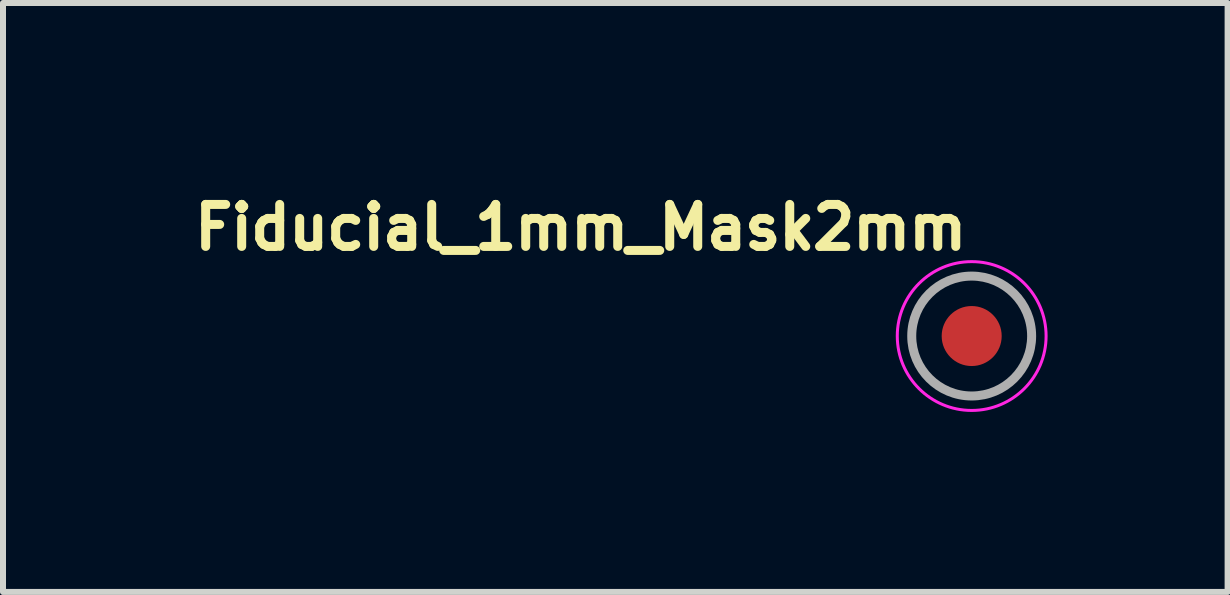
<source format=kicad_pcb>
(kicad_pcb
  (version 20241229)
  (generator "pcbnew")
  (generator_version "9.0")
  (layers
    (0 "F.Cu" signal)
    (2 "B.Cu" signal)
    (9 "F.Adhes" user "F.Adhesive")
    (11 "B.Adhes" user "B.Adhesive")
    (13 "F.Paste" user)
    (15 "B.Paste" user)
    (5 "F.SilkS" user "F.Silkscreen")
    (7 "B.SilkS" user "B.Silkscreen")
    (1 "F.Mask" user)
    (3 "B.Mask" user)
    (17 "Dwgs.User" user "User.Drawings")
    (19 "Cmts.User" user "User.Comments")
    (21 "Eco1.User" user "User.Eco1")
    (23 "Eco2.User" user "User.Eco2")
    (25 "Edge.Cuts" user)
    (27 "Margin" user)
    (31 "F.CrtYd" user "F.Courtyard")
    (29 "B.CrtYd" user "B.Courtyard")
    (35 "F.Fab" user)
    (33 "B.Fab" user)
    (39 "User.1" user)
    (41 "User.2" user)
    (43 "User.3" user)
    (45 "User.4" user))
  (footprint "Fiducial_1mm_Mask2mm"
    (layer "F.Cu")
    (at 13.143 2.55)
    (property "Reference" "Fiducial_1mm_Mask2mm" (at 0 -1.4 0) (layer "F.SilkS") (effects (font (size 0.7 0.7) (thickness 0.15)) (justify right bottom)))
    (attr board_only exclude_from_pos_files exclude_from_bom)
    (fp_circle (center 0 0) (end 1.24 0) (stroke (width 0.05) (type solid)) (fill no) (layer "F.CrtYd"))
    (fp_circle (center 0 0) (end 0.999 0) (stroke (width 0.15) (type solid)) (fill no) (layer "F.Fab"))
    (pad "" smd circle (at 0 0 180) (size 1 1) (layers "F.Cu" "F.Mask")))
  (gr_rect
    (start -3 -3)
    (end 17.408 6.815)
    (stroke (width 0.1) (type default))
    (fill no)
    (layer "Edge.Cuts")))
</source>
